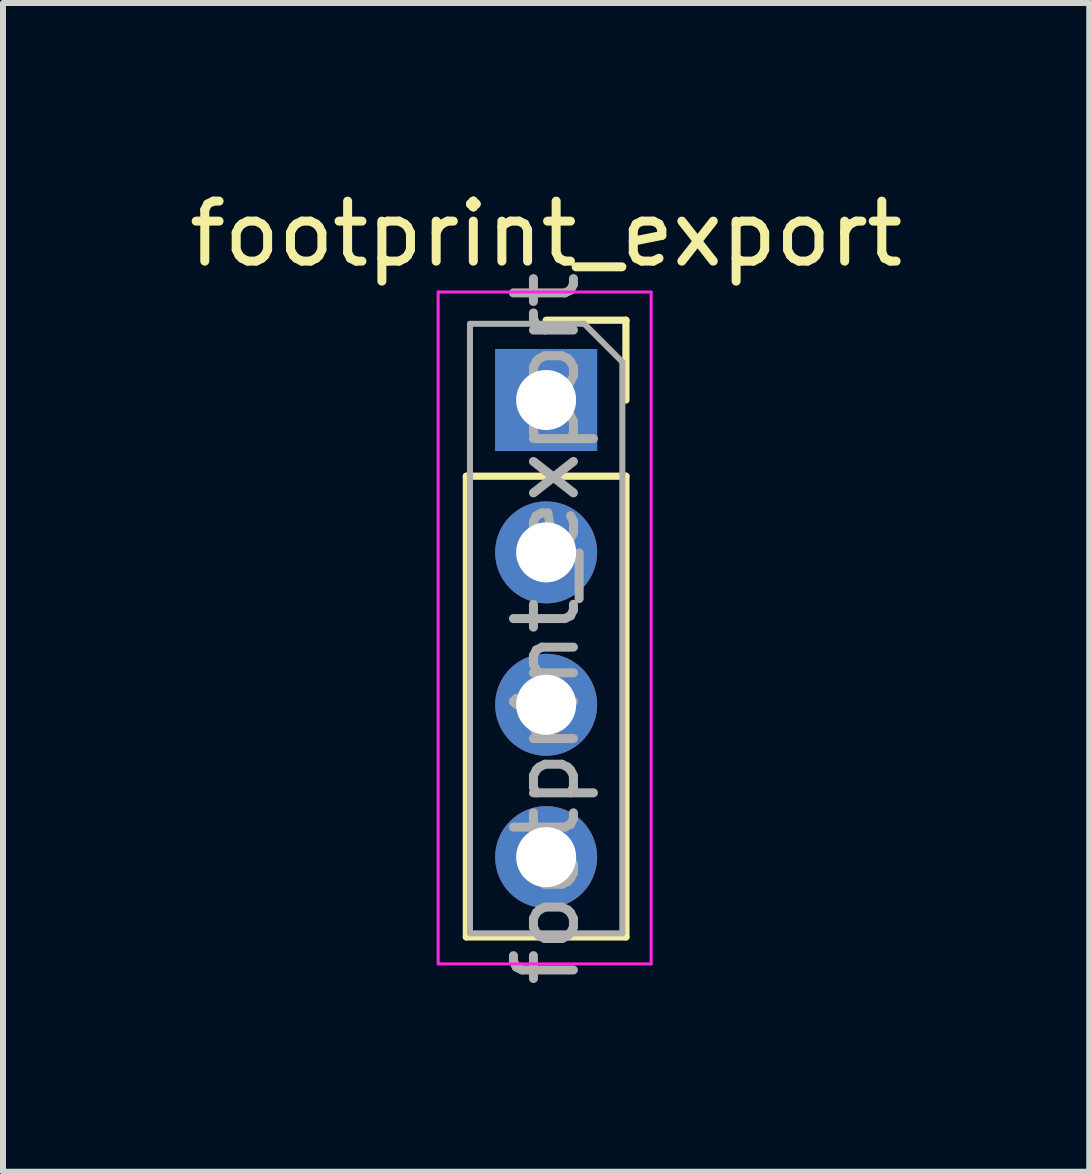
<source format=kicad_pcb>
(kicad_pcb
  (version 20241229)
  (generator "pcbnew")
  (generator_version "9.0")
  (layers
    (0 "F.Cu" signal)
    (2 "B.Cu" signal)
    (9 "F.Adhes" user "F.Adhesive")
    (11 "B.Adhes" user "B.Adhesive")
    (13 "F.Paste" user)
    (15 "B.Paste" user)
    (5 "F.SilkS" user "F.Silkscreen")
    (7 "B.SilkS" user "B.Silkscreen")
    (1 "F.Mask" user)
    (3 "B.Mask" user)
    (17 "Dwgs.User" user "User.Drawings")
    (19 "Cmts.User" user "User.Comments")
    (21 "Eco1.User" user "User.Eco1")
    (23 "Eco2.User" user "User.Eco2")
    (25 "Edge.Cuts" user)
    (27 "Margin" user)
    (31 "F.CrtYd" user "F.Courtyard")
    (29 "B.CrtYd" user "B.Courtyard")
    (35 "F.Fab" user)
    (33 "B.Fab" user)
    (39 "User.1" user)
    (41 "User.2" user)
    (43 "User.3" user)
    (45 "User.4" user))
  (footprint "footprint_export"
    (layer "F.Cu")
    (at 6.054 3.618)
    (property "Reference" "footprint_export" (at 0 -2.77 0) (layer "F.SilkS") (effects (font (size 1 1) (thickness 0.15))))
    (attr through_hole)
    (fp_line (start -1.33 1.27) (end -1.33 8.95) (stroke (width 0.12) (type solid)) (layer "F.SilkS"))
    (fp_line (start -1.33 1.27) (end 1.33 1.27) (stroke (width 0.12) (type solid)) (layer "F.SilkS"))
    (fp_line (start -1.33 8.95) (end 1.33 8.95) (stroke (width 0.12) (type solid)) (layer "F.SilkS"))
    (fp_line (start 0 -1.33) (end 1.33 -1.33) (stroke (width 0.12) (type solid)) (layer "F.SilkS"))
    (fp_line (start 1.33 -1.33) (end 1.33 0) (stroke (width 0.12) (type solid)) (layer "F.SilkS"))
    (fp_line (start 1.33 1.27) (end 1.33 8.95) (stroke (width 0.12) (type solid)) (layer "F.SilkS"))
    (fp_line (start -1.8 -1.8) (end 1.75 -1.8) (stroke (width 0.05) (type solid)) (layer "F.CrtYd"))
    (fp_line (start -1.8 9.4) (end -1.8 -1.8) (stroke (width 0.05) (type solid)) (layer "F.CrtYd"))
    (fp_line (start 1.75 -1.8) (end 1.75 9.4) (stroke (width 0.05) (type solid)) (layer "F.CrtYd"))
    (fp_line (start 1.75 9.4) (end -1.8 9.4) (stroke (width 0.05) (type solid)) (layer "F.CrtYd"))
    (fp_line (start -1.27 -1.27) (end 0.635 -1.27) (stroke (width 0.1) (type solid)) (layer "F.Fab"))
    (fp_line (start -1.27 8.89) (end -1.27 -1.27) (stroke (width 0.1) (type solid)) (layer "F.Fab"))
    (fp_line (start 0.635 -1.27) (end 1.27 -0.635) (stroke (width 0.1) (type solid)) (layer "F.Fab"))
    (fp_line (start 1.27 -0.635) (end 1.27 8.89) (stroke (width 0.1) (type solid)) (layer "F.Fab"))
    (fp_line (start 1.27 8.89) (end -1.27 8.89) (stroke (width 0.1) (type solid)) (layer "F.Fab"))
    (fp_text user "${REFERENCE}" (at 0 3.81 90) (layer "F.Fab") (effects (font (size 1 1) (thickness 0.15))))
    (pad "1" thru_hole rect (at 0 0) (size 1.7 1.7) (drill 1) (layers "*.Cu" "*.Mask"))
    (pad "2" thru_hole oval (at 0 2.54) (size 1.7 1.7) (drill 1) (layers "*.Cu" "*.Mask"))
    (pad "3" thru_hole oval (at 0 5.08) (size 1.7 1.7) (drill 1) (layers "*.Cu" "*.Mask"))
    (pad "4" thru_hole oval (at 0 7.62) (size 1.7 1.7) (drill 1) (layers "*.Cu" "*.Mask")))
  (gr_rect
    (start -3 -3)
    (end 15.107 16.482)
    (stroke (width 0.1) (type default))
    (fill no)
    (layer "Edge.Cuts")))
</source>
